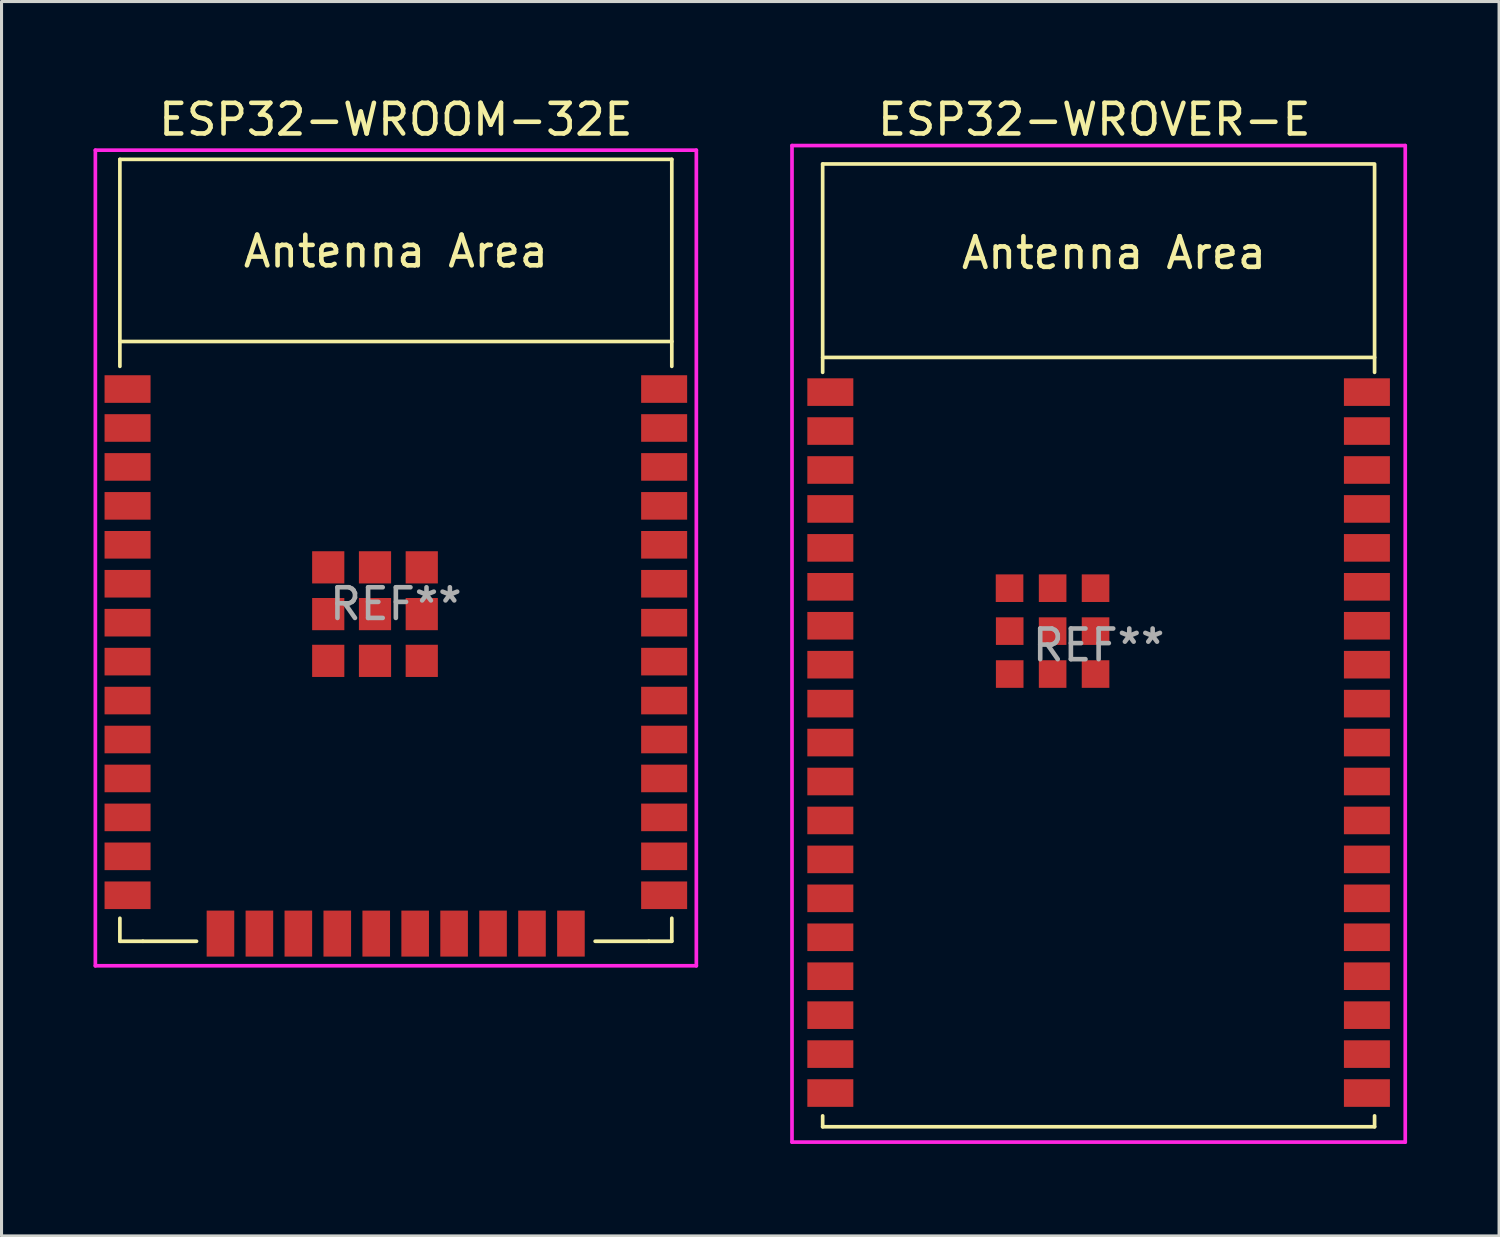
<source format=kicad_pcb>
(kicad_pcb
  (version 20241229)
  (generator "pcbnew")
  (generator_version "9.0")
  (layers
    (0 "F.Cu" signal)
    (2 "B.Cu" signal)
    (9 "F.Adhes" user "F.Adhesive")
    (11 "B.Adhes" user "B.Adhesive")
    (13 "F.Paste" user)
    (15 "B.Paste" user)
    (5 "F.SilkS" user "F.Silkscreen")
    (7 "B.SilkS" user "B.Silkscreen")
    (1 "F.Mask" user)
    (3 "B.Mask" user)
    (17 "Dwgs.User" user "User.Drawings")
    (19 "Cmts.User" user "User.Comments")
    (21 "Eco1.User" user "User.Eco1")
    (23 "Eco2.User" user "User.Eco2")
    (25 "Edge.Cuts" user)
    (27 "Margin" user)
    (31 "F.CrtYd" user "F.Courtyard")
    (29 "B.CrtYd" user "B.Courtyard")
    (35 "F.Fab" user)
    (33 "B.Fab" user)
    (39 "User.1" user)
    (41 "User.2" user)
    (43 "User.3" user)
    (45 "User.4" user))
  (footprint "ESP32-WROVER-E"
    (layer "F.Cu")
    (at 32.78 17.993)
    (property "Reference" "ESP32-WROVER-E" (at -0.14 -17.145 0) (layer "F.SilkS") (effects (font (size 1 1) (thickness 0.15))))
    (attr smd)
    (fp_line (start -9 -15.695) (end -9 -8.9) (stroke (width 0.12) (type solid)) (layer "F.SilkS"))
    (fp_line (start -9 -9.385) (end 9 -9.385) (stroke (width 0.12) (type solid)) (layer "F.SilkS"))
    (fp_line (start -9 15.705) (end -9 15.35) (stroke (width 0.12) (type solid)) (layer "F.SilkS"))
    (fp_line (start -9 15.705) (end 9 15.705) (stroke (width 0.12) (type solid)) (layer "F.SilkS"))
    (fp_line (start 9 -15.695) (end -9 -15.695) (stroke (width 0.12) (type solid)) (layer "F.SilkS"))
    (fp_line (start 9 -15.65) (end 9 -8.9) (stroke (width 0.12) (type solid)) (layer "F.SilkS"))
    (fp_line (start 9 15.705) (end 9 15.35) (stroke (width 0.12) (type solid)) (layer "F.SilkS"))
    (fp_line (start -9 -15.695) (end -9 15.705) (stroke (width 0.12) (type solid)) (layer "Eco2.User"))
    (fp_line (start -9 -9.385) (end 9 -9.385) (stroke (width 0.12) (type solid)) (layer "Eco2.User"))
    (fp_line (start -9 15.705) (end 9 15.705) (stroke (width 0.12) (type solid)) (layer "Eco2.User"))
    (fp_line (start 9 -15.695) (end -9 -15.695) (stroke (width 0.12) (type solid)) (layer "Eco2.User"))
    (fp_line (start 9 15.705) (end 9 -15.695) (stroke (width 0.12) (type solid)) (layer "Eco2.User"))
    (fp_line (start -10 -16.295) (end 10 -16.295) (stroke (width 0.12) (type solid)) (layer "F.CrtYd"))
    (fp_line (start -10 16.205) (end -10 -16.295) (stroke (width 0.12) (type solid)) (layer "F.CrtYd"))
    (fp_line (start 10 -16.295) (end 10 16.205) (stroke (width 0.12) (type solid)) (layer "F.CrtYd"))
    (fp_line (start 10 16.205) (end -10 16.205) (stroke (width 0.12) (type solid)) (layer "F.CrtYd"))
    (fp_text user "Antenna Area" (at 0.5 -12.795 0) (unlocked yes) (layer "F.SilkS") (effects (font (size 1 1) (thickness 0.15))))
    (fp_text user "REF**" (at 0 0 0) (layer "F.Fab") (effects (font (size 1 1) (thickness 0.15))))
    (pad "1" smd rect (at -8.75 -8.255) (size 1.5 0.9) (layers "F.Cu" "F.Mask" "F.Paste"))
    (pad "2" smd rect (at -8.75 -6.985) (size 1.5 0.9) (layers "F.Cu" "F.Mask" "F.Paste"))
    (pad "3" smd rect (at -8.75 -5.715) (size 1.5 0.9) (layers "F.Cu" "F.Mask" "F.Paste"))
    (pad "4" smd rect (at -8.75 -4.445) (size 1.5 0.9) (layers "F.Cu" "F.Mask" "F.Paste"))
    (pad "5" smd rect (at -8.75 -3.175) (size 1.5 0.9) (layers "F.Cu" "F.Mask" "F.Paste"))
    (pad "6" smd rect (at -8.75 -1.905) (size 1.5 0.9) (layers "F.Cu" "F.Mask" "F.Paste"))
    (pad "7" smd rect (at -8.75 -0.635) (size 1.5 0.9) (layers "F.Cu" "F.Mask" "F.Paste"))
    (pad "8" smd rect (at -8.75 0.635) (size 1.5 0.9) (layers "F.Cu" "F.Mask" "F.Paste"))
    (pad "9" smd rect (at -8.75 1.905) (size 1.5 0.9) (layers "F.Cu" "F.Mask" "F.Paste"))
    (pad "10" smd rect (at -8.75 3.175) (size 1.5 0.9) (layers "F.Cu" "F.Mask" "F.Paste"))
    (pad "11" smd rect (at -8.75 4.445) (size 1.5 0.9) (layers "F.Cu" "F.Mask" "F.Paste"))
    (pad "12" smd rect (at -8.75 5.715) (size 1.5 0.9) (layers "F.Cu" "F.Mask" "F.Paste"))
    (pad "13" smd rect (at -8.75 6.985) (size 1.5 0.9) (layers "F.Cu" "F.Mask" "F.Paste"))
    (pad "14" smd rect (at -8.75 8.255) (size 1.5 0.9) (layers "F.Cu" "F.Mask" "F.Paste"))
    (pad "15" smd rect (at -8.75 9.525) (size 1.5 0.9) (layers "F.Cu" "F.Mask" "F.Paste"))
    (pad "16" smd rect (at -8.75 10.795) (size 1.5 0.9) (layers "F.Cu" "F.Mask" "F.Paste"))
    (pad "17" smd rect (at -8.75 12.065) (size 1.5 0.9) (layers "F.Cu" "F.Mask" "F.Paste"))
    (pad "18" smd rect (at -8.75 13.335) (size 1.5 0.9) (layers "F.Cu" "F.Mask" "F.Paste"))
    (pad "19" smd rect (at -8.75 14.605) (size 1.5 0.9) (layers "F.Cu" "F.Mask" "F.Paste"))
    (pad "20" smd rect (at 8.75 14.605) (size 1.5 0.9) (layers "F.Cu" "F.Mask" "F.Paste"))
    (pad "21" smd rect (at 8.75 13.335) (size 1.5 0.9) (layers "F.Cu" "F.Mask" "F.Paste"))
    (pad "22" smd rect (at 8.75 12.065) (size 1.5 0.9) (layers "F.Cu" "F.Mask" "F.Paste"))
    (pad "23" smd rect (at 8.75 10.795) (size 1.5 0.9) (layers "F.Cu" "F.Mask" "F.Paste"))
    (pad "24" smd rect (at 8.75 9.525) (size 1.5 0.9) (layers "F.Cu" "F.Mask" "F.Paste"))
    (pad "25" smd rect (at 8.75 8.255) (size 1.5 0.9) (layers "F.Cu" "F.Mask" "F.Paste"))
    (pad "26" smd rect (at 8.75 6.985) (size 1.5 0.9) (layers "F.Cu" "F.Mask" "F.Paste"))
    (pad "27" smd rect (at 8.75 5.715) (size 1.5 0.9) (layers "F.Cu" "F.Mask" "F.Paste"))
    (pad "28" smd rect (at 8.75 4.445) (size 1.5 0.9) (layers "F.Cu" "F.Mask" "F.Paste"))
    (pad "29" smd rect (at 8.75 3.175) (size 1.5 0.9) (layers "F.Cu" "F.Mask" "F.Paste"))
    (pad "30" smd rect (at 8.75 1.905) (size 1.5 0.9) (layers "F.Cu" "F.Mask" "F.Paste"))
    (pad "31" smd rect (at 8.75 0.635) (size 1.5 0.9) (layers "F.Cu" "F.Mask" "F.Paste"))
    (pad "32" smd rect (at 8.75 -0.635) (size 1.5 0.9) (layers "F.Cu" "F.Mask" "F.Paste"))
    (pad "33" smd rect (at 8.75 -1.905) (size 1.5 0.9) (layers "F.Cu" "F.Mask" "F.Paste"))
    (pad "34" smd rect (at 8.75 -3.175) (size 1.5 0.9) (layers "F.Cu" "F.Mask" "F.Paste"))
    (pad "35" smd rect (at 8.75 -4.445) (size 1.5 0.9) (layers "F.Cu" "F.Mask" "F.Paste"))
    (pad "36" smd rect (at 8.75 -5.715) (size 1.5 0.9) (layers "F.Cu" "F.Mask" "F.Paste"))
    (pad "37" smd rect (at 8.75 -6.985) (size 1.5 0.9) (layers "F.Cu" "F.Mask" "F.Paste"))
    (pad "38" smd rect (at 8.75 -8.255) (size 1.5 0.9) (layers "F.Cu" "F.Mask" "F.Paste"))
    (pad "39" smd rect (at -2.905 -1.86) (size 0.9 0.9) (layers "F.Cu" "F.Mask" "F.Paste"))
    (pad "39" smd rect (at -2.9 -0.46) (size 0.9 0.9) (layers "F.Cu" "F.Mask" "F.Paste"))
    (pad "39" smd rect (at -2.9 0.94) (size 0.9 0.9) (layers "F.Cu" "F.Mask" "F.Paste"))
    (pad "39" smd rect (at -1.5 -1.86) (size 0.9 0.9) (layers "F.Cu" "F.Mask" "F.Paste"))
    (pad "39" smd rect (at -1.5 -0.46) (size 0.9 0.9) (layers "F.Cu" "F.Mask" "F.Paste"))
    (pad "39" smd rect (at -1.5 0.94) (size 0.9 0.9) (layers "F.Cu" "F.Mask" "F.Paste"))
    (pad "39" smd rect (at -0.1 -1.86) (size 0.9 0.9) (layers "F.Cu" "F.Mask" "F.Paste"))
    (pad "39" smd rect (at -0.1 -0.46) (size 0.9 0.9) (layers "F.Cu" "F.Mask" "F.Paste"))
    (pad "39" smd rect (at -0.1 0.94) (size 0.9 0.9) (layers "F.Cu" "F.Mask" "F.Paste")))
  (footprint "ESP32-WROOM-32E"
    (layer "F.Cu")
    (at 9.86 16.648)
    (property "Reference" "ESP32-WROOM-32E" (at 0 -15.8 0) (layer "F.SilkS") (effects (font (size 1 1) (thickness 0.15))))
    (attr smd)
    (fp_line (start -9 -14.5) (end -9 -7.75) (stroke (width 0.12) (type solid)) (layer "F.SilkS"))
    (fp_line (start -9 -14.5) (end 9 -14.5) (stroke (width 0.12) (type solid)) (layer "F.SilkS"))
    (fp_line (start -9 10.25) (end -9 11) (stroke (width 0.12) (type solid)) (layer "F.SilkS"))
    (fp_line (start -9 11) (end -8.25 11) (stroke (width 0.12) (type solid)) (layer "F.SilkS"))
    (fp_line (start -8.25 11) (end -6.5 11) (stroke (width 0.12) (type solid)) (layer "F.SilkS"))
    (fp_line (start 8.25 11) (end 6.5 11) (stroke (width 0.12) (type solid)) (layer "F.SilkS"))
    (fp_line (start 9 -14.5) (end 9 -7.75) (stroke (width 0.12) (type solid)) (layer "F.SilkS"))
    (fp_line (start 9 -8.56) (end -9 -8.56) (stroke (width 0.12) (type solid)) (layer "F.SilkS"))
    (fp_line (start 9 10.25) (end 9 11) (stroke (width 0.12) (type solid)) (layer "F.SilkS"))
    (fp_line (start 9 11) (end 8.25 11) (stroke (width 0.12) (type solid)) (layer "F.SilkS"))
    (fp_line (start -9 -14.5) (end 9 -14.5) (stroke (width 0.12) (type solid)) (layer "Eco2.User"))
    (fp_line (start -9 -8.56) (end 9 -8.56) (stroke (width 0.12) (type solid)) (layer "Eco2.User"))
    (fp_line (start -9 11) (end -9 -14.5) (stroke (width 0.12) (type solid)) (layer "Eco2.User"))
    (fp_line (start 9 -14.5) (end 9 11) (stroke (width 0.12) (type solid)) (layer "Eco2.User"))
    (fp_line (start 9 11) (end -9 11) (stroke (width 0.12) (type solid)) (layer "Eco2.User"))
    (fp_line (start -9.8 -14.8) (end -9.8 11.8) (stroke (width 0.12) (type solid)) (layer "F.CrtYd"))
    (fp_line (start -9.8 11.8) (end 9.8 11.8) (stroke (width 0.12) (type solid)) (layer "F.CrtYd"))
    (fp_line (start 9.8 -14.8) (end -9.8 -14.8) (stroke (width 0.12) (type solid)) (layer "F.CrtYd"))
    (fp_line (start 9.8 -14.8) (end 9.8 11.8) (stroke (width 0.12) (type solid)) (layer "F.CrtYd"))
    (fp_text user "Antenna Area" (at 0 -11.5 0) (layer "F.SilkS") (effects (font (size 1 1) (thickness 0.15))))
    (fp_text user "Antenna Area" (at 0 -11.5 0) (layer "Eco2.User") (effects (font (size 1 1) (thickness 0.15))))
    (fp_text user "REF**" (at 0 0 0) (layer "F.Fab") (effects (font (size 1 1) (thickness 0.15))))
    (pad "1" smd rect (at -8.75 -7.01) (size 1.5 0.9) (layers "F.Cu" "F.Mask" "F.Paste"))
    (pad "2" smd rect (at -8.75 -5.74) (size 1.5 0.9) (layers "F.Cu" "F.Mask" "F.Paste"))
    (pad "3" smd rect (at -8.75 -4.47) (size 1.5 0.9) (layers "F.Cu" "F.Mask" "F.Paste"))
    (pad "4" smd rect (at -8.75 -3.2) (size 1.5 0.9) (layers "F.Cu" "F.Mask" "F.Paste"))
    (pad "5" smd rect (at -8.75 -1.93) (size 1.5 0.9) (layers "F.Cu" "F.Mask" "F.Paste"))
    (pad "6" smd rect (at -8.75 -0.66) (size 1.5 0.9) (layers "F.Cu" "F.Mask" "F.Paste"))
    (pad "7" smd rect (at -8.75 0.61) (size 1.5 0.9) (layers "F.Cu" "F.Mask" "F.Paste"))
    (pad "8" smd rect (at -8.75 1.88) (size 1.5 0.9) (layers "F.Cu" "F.Mask" "F.Paste"))
    (pad "9" smd rect (at -8.75 3.15) (size 1.5 0.9) (layers "F.Cu" "F.Mask" "F.Paste"))
    (pad "10" smd rect (at -8.75 4.42) (size 1.5 0.9) (layers "F.Cu" "F.Mask" "F.Paste"))
    (pad "11" smd rect (at -8.75 5.69) (size 1.5 0.9) (layers "F.Cu" "F.Mask" "F.Paste"))
    (pad "12" smd rect (at -8.75 6.96) (size 1.5 0.9) (layers "F.Cu" "F.Mask" "F.Paste"))
    (pad "13" smd rect (at -8.75 8.23) (size 1.5 0.9) (layers "F.Cu" "F.Mask" "F.Paste"))
    (pad "14" smd rect (at -8.75 9.5) (size 1.5 0.9) (layers "F.Cu" "F.Mask" "F.Paste"))
    (pad "15" smd rect (at -5.72 10.75 90) (size 1.5 0.9) (layers "F.Cu" "F.Mask" "F.Paste"))
    (pad "16" smd rect (at -4.45 10.75 90) (size 1.5 0.9) (layers "F.Cu" "F.Mask" "F.Paste"))
    (pad "17" smd rect (at -3.18 10.75 90) (size 1.5 0.9) (layers "F.Cu" "F.Mask" "F.Paste"))
    (pad "18" smd rect (at -1.91 10.75 90) (size 1.5 0.9) (layers "F.Cu" "F.Mask" "F.Paste"))
    (pad "19" smd rect (at -0.64 10.75 90) (size 1.5 0.9) (layers "F.Cu" "F.Mask" "F.Paste"))
    (pad "20" smd rect (at 0.63 10.75 90) (size 1.5 0.9) (layers "F.Cu" "F.Mask" "F.Paste"))
    (pad "21" smd rect (at 1.9 10.75 90) (size 1.5 0.9) (layers "F.Cu" "F.Mask" "F.Paste"))
    (pad "22" smd rect (at 3.17 10.75 90) (size 1.5 0.9) (layers "F.Cu" "F.Mask" "F.Paste"))
    (pad "23" smd rect (at 4.44 10.75 90) (size 1.5 0.9) (layers "F.Cu" "F.Mask" "F.Paste"))
    (pad "24" smd rect (at 5.71 10.75 90) (size 1.5 0.9) (layers "F.Cu" "F.Mask" "F.Paste"))
    (pad "25" smd rect (at 8.75 9.5 180) (size 1.5 0.9) (layers "F.Cu" "F.Mask" "F.Paste"))
    (pad "26" smd rect (at 8.75 8.23 180) (size 1.5 0.9) (layers "F.Cu" "F.Mask" "F.Paste"))
    (pad "27" smd rect (at 8.75 6.96 180) (size 1.5 0.9) (layers "F.Cu" "F.Mask" "F.Paste"))
    (pad "28" smd rect (at 8.75 5.69 180) (size 1.5 0.9) (layers "F.Cu" "F.Mask" "F.Paste"))
    (pad "29" smd rect (at 8.75 4.42 180) (size 1.5 0.9) (layers "F.Cu" "F.Mask" "F.Paste"))
    (pad "30" smd rect (at 8.75 3.15 180) (size 1.5 0.9) (layers "F.Cu" "F.Mask" "F.Paste"))
    (pad "31" smd rect (at 8.75 1.88 180) (size 1.5 0.9) (layers "F.Cu" "F.Mask" "F.Paste"))
    (pad "32" smd rect (at 8.75 0.61 180) (size 1.5 0.9) (layers "F.Cu" "F.Mask" "F.Paste"))
    (pad "33" smd rect (at 8.75 -0.66 180) (size 1.5 0.9) (layers "F.Cu" "F.Mask" "F.Paste"))
    (pad "34" smd rect (at 8.75 -1.93 180) (size 1.5 0.9) (layers "F.Cu" "F.Mask" "F.Paste"))
    (pad "35" smd rect (at 8.75 -3.2 180) (size 1.5 0.9) (layers "F.Cu" "F.Mask" "F.Paste"))
    (pad "36" smd rect (at 8.75 -4.47 180) (size 1.5 0.9) (layers "F.Cu" "F.Mask" "F.Paste"))
    (pad "37" smd rect (at 8.75 -5.74 180) (size 1.5 0.9) (layers "F.Cu" "F.Mask" "F.Paste"))
    (pad "38" smd rect (at 8.75 -7.01 180) (size 1.5 0.9) (layers "F.Cu" "F.Mask" "F.Paste"))
    (pad "39" smd rect (at -2.205 -1.195 180) (size 1.05 1.05) (layers "F.Cu" "F.Mask" "F.Paste"))
    (pad "39" smd rect (at -2.205 0.33 180) (size 1.05 1.05) (layers "F.Cu" "F.Mask" "F.Paste"))
    (pad "39" smd rect (at -2.205 1.855 180) (size 1.05 1.05) (layers "F.Cu" "F.Mask" "F.Paste"))
    (pad "39" smd rect (at -0.68 -1.195 180) (size 1.05 1.05) (layers "F.Cu" "F.Mask" "F.Paste"))
    (pad "39" smd rect (at -0.68 0.33 180) (size 1.05 1.05) (layers "F.Cu" "F.Mask" "F.Paste"))
    (pad "39" smd rect (at -0.68 1.855 180) (size 1.05 1.05) (layers "F.Cu" "F.Mask" "F.Paste"))
    (pad "39" smd rect (at 0.845 -1.195 180) (size 1.05 1.05) (layers "F.Cu" "F.Mask" "F.Paste"))
    (pad "39" smd rect (at 0.845 0.33 180) (size 1.05 1.05) (layers "F.Cu" "F.Mask" "F.Paste"))
    (pad "39" smd rect (at 0.845 1.855 180) (size 1.05 1.05) (layers "F.Cu" "F.Mask" "F.Paste")))
  (gr_rect
    (start -3 -3)
    (end 45.84 37.258)
    (stroke (width 0.1) (type default))
    (fill no)
    (layer "Edge.Cuts")))
</source>
